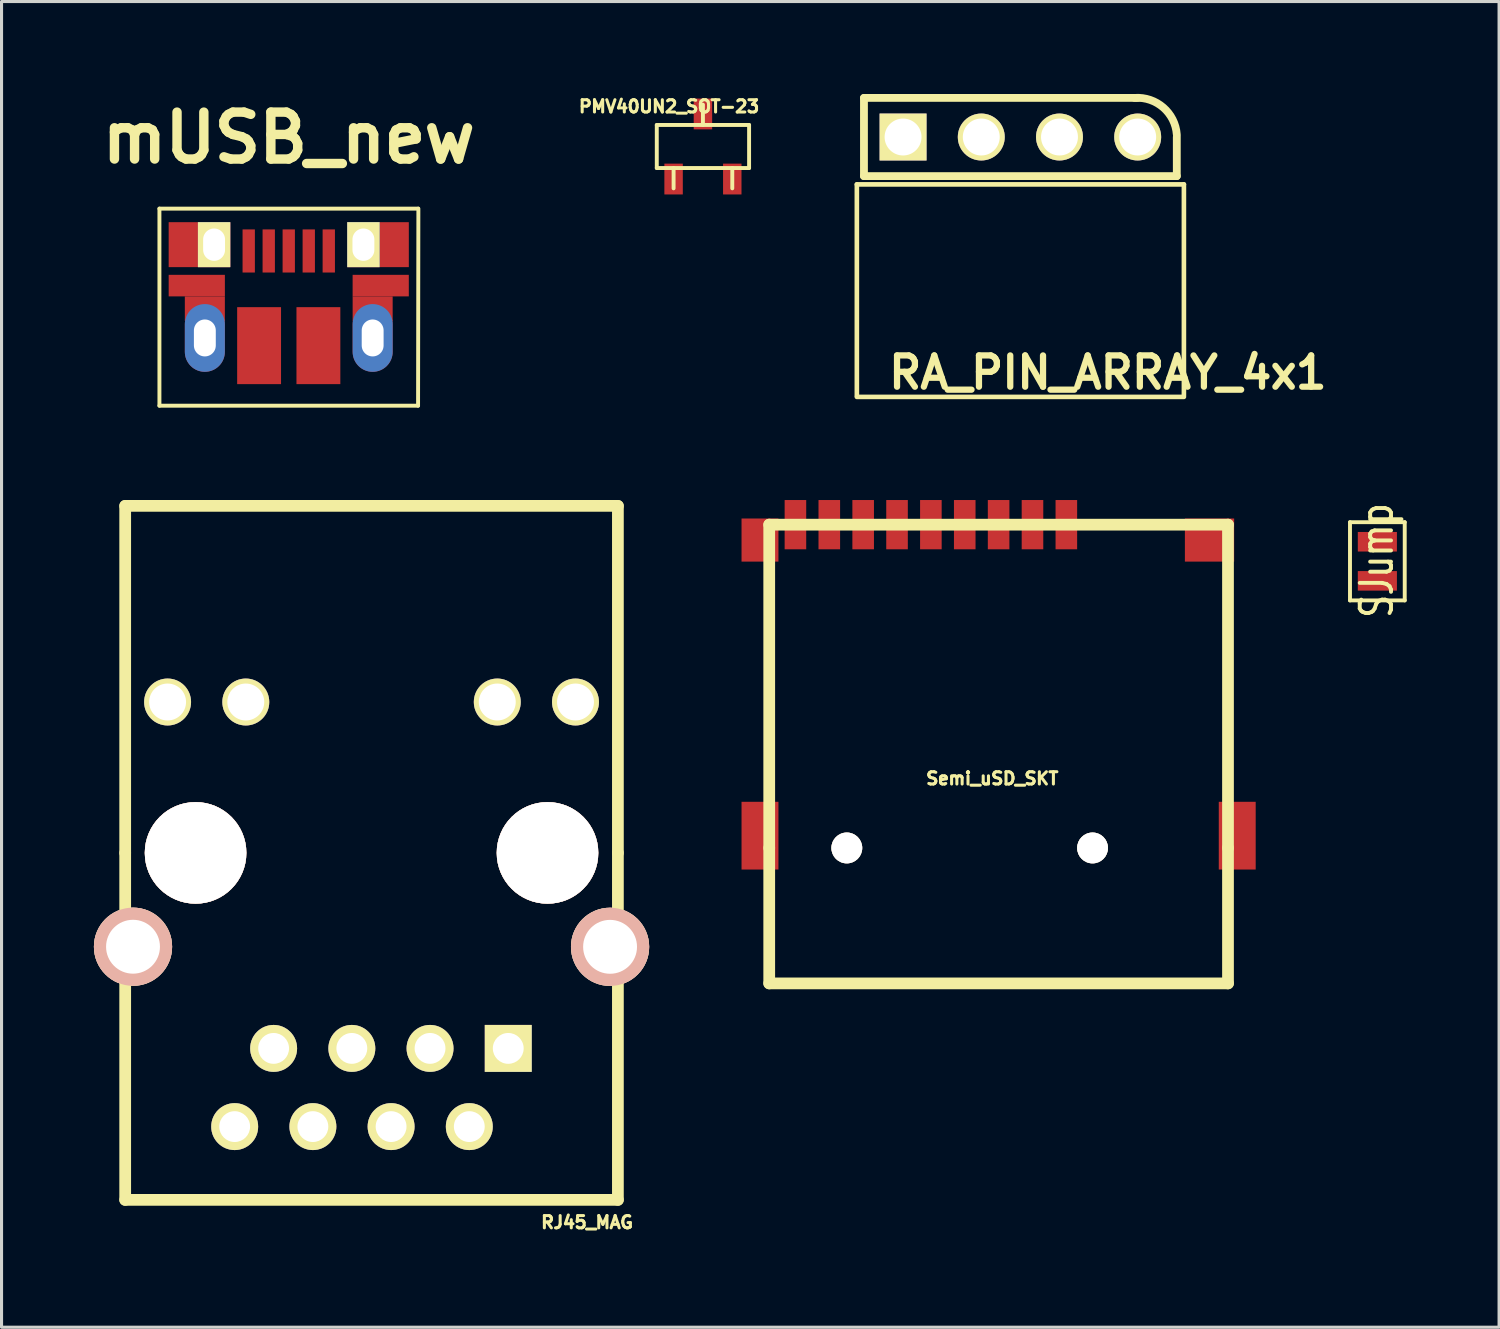
<source format=kicad_pcb>
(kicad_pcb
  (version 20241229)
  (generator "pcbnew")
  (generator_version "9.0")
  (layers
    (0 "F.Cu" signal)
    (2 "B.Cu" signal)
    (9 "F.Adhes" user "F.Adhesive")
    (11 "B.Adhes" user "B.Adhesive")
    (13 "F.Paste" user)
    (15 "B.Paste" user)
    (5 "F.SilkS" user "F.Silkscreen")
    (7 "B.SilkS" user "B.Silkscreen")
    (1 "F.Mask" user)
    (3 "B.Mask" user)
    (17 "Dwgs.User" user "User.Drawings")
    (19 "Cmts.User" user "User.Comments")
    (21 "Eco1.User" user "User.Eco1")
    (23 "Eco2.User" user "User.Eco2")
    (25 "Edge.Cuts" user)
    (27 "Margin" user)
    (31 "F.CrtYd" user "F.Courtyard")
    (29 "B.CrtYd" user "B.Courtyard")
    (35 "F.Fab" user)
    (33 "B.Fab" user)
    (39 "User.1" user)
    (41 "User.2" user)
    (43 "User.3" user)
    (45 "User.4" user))
  (footprint "PMV40UN2_SOT-23"
    (layer "F.Cu")
    (at 19.78 1.708)
    (property "Reference" "PMV40UN2_SOT-23" (at -1.1 -1.3 0) (layer "F.SilkS") (effects (font (size 0.399 0.399) (thickness 0.099))))
    (attr smd)
    (fp_line (start -1.499 -0.699) (end 1.499 -0.699) (stroke (width 0.127) (type solid)) (layer "F.SilkS"))
    (fp_line (start -1.499 0.699) (end -1.499 -0.699) (stroke (width 0.127) (type solid)) (layer "F.SilkS"))
    (fp_line (start -0.953 0.699) (end -0.953 1.359) (stroke (width 0.127) (type solid)) (layer "F.SilkS"))
    (fp_line (start 0 -0.699) (end 0 -1.359) (stroke (width 0.127) (type solid)) (layer "F.SilkS"))
    (fp_line (start 0.953 0.699) (end 0.953 1.359) (stroke (width 0.127) (type solid)) (layer "F.SilkS"))
    (fp_line (start 1.499 -0.699) (end 1.499 0.699) (stroke (width 0.127) (type solid)) (layer "F.SilkS"))
    (fp_line (start 1.499 0.699) (end -1.499 0.699) (stroke (width 0.127) (type solid)) (layer "F.SilkS"))
    (pad "D" smd rect (at 0 -1.057) (size 0.599 1.001) (layers "F.Cu" "F.Mask" "F.Paste"))
    (pad "G" smd rect (at -0.953 1.057) (size 0.599 1.001) (layers "F.Cu" "F.Mask" "F.Paste"))
    (pad "S" smd rect (at 0.953 1.057) (size 0.599 1.001) (layers "F.Cu" "F.Mask" "F.Paste")))
  (footprint "SJump"
    (layer "F.Cu")
    (at 41.684 15.18)
    (property "Reference" "SJump" (at -0.02 -0.025 90) (layer "F.SilkS") (effects (font (size 1.016 0.762) (thickness 0.127))))
    (attr exclude_from_pos_files exclude_from_bom)
    (fp_line (start -0.889 -1.27) (end -0.889 1.27) (stroke (width 0.127) (type solid)) (layer "F.SilkS"))
    (fp_line (start -0.889 -1.27) (end 0.889 -1.27) (stroke (width 0.127) (type solid)) (layer "F.SilkS"))
    (fp_line (start 0.889 1.27) (end -0.889 1.27) (stroke (width 0.127) (type solid)) (layer "F.SilkS"))
    (fp_line (start 0.889 1.27) (end 0.889 -1.27) (stroke (width 0.127) (type solid)) (layer "F.SilkS"))
    (pad "1" smd rect (at 0 -0.635) (size 1.27 0.635) (layers "F.Cu" "F.Mask"))
    (pad "2" smd rect (at 0 0.635) (size 1.27 0.635) (layers "F.Cu" "F.Mask")))
  (footprint "RJ45_MAG"
    (layer "F.Cu")
    (at 9.017 24.65)
    (property "Reference" "RJ45_MAG" (at 7 11.999 0) (layer "F.SilkS") (effects (font (size 0.399 0.399) (thickness 0.099))))
    (attr through_hole)
    (fp_line (start -8.001 -11.27) (end 8.001 -11.27) (stroke (width 0.381) (type solid)) (layer "F.SilkS"))
    (fp_line (start -8.001 0) (end -8.001 -11.27) (stroke (width 0.381) (type solid)) (layer "F.SilkS"))
    (fp_line (start -8.001 0) (end -8.001 11.27) (stroke (width 0.381) (type solid)) (layer "F.SilkS"))
    (fp_line (start -8.001 11.27) (end 8.001 11.27) (stroke (width 0.381) (type solid)) (layer "F.SilkS"))
    (fp_line (start 8.001 -11.27) (end 8.001 0) (stroke (width 0.381) (type solid)) (layer "F.SilkS"))
    (fp_line (start 8.001 11.27) (end 8.001 0) (stroke (width 0.381) (type solid)) (layer "F.SilkS"))
    (pad "1" thru_hole rect (at 4.44 6.35) (size 1.524 1.524) (drill 1.001) (layers "*.Cu" "*.Mask" "F.SilkS"))
    (pad "2" thru_hole circle (at 3.175 8.89) (size 1.524 1.524) (drill 1.001) (layers "*.Cu" "*.Mask" "F.SilkS"))
    (pad "3" thru_hole circle (at 1.9 6.35) (size 1.524 1.524) (drill 1.001) (layers "*.Cu" "*.Mask" "F.SilkS"))
    (pad "4" thru_hole circle (at 0.635 8.89) (size 1.524 1.524) (drill 1.001) (layers "*.Cu" "*.Mask" "F.SilkS"))
    (pad "5" thru_hole circle (at -0.64 6.35) (size 1.524 1.524) (drill 1.001) (layers "*.Cu" "*.Mask" "F.SilkS"))
    (pad "6" thru_hole circle (at -1.905 8.89) (size 1.524 1.524) (drill 1.001) (layers "*.Cu" "*.Mask" "F.SilkS"))
    (pad "7" thru_hole circle (at -3.18 6.35) (size 1.524 1.524) (drill 1.001) (layers "*.Cu" "*.Mask" "F.SilkS"))
    (pad "8" thru_hole circle (at -4.445 8.89) (size 1.524 1.524) (drill 1.001) (layers "*.Cu" "*.Mask" "F.SilkS"))
    (pad "9" thru_hole circle (at 6.624 -4.9) (size 1.524 1.524) (drill 1.199) (layers "*.Cu" "*.Mask" "F.SilkS"))
    (pad "10" thru_hole circle (at 4.084 -4.9) (size 1.524 1.524) (drill 1.199) (layers "*.Cu" "*.Mask" "F.SilkS"))
    (pad "11" thru_hole circle (at -4.084 -4.9) (size 1.524 1.524) (drill 1.199) (layers "*.Cu" "*.Mask" "F.SilkS"))
    (pad "12" thru_hole circle (at -6.624 -4.9) (size 1.524 1.524) (drill 1.199) (layers "*.Cu" "*.Mask" "F.SilkS"))
    (pad "13" thru_hole circle (at 7.747 3.051) (size 2.54 2.54) (drill 1.75) (layers "*.Cu" "*.SilkS" "*.Mask"))
    (pad "14" thru_hole circle (at -7.747 3.048) (size 2.54 2.54) (drill 1.75) (layers "*.Cu" "*.SilkS" "*.Mask"))
    (pad "Hole" thru_hole circle (at -5.715 0) (size 3.299 3.299) (drill 3.299) (layers "*.Cu" "*.SilkS" "*.Mask"))
    (pad "Hole" thru_hole circle (at 5.715 0) (size 3.299 3.299) (drill 3.299) (layers "*.Cu" "*.SilkS" "*.Mask")))
  (footprint "Semi_uSD_SKT"
    (layer "F.Cu")
    (at 29.383 24.49)
    (property "Reference" "Semi_uSD_SKT" (at -0.206 -2.256 0) (layer "F.SilkS") (effects (font (size 0.399 0.399) (thickness 0.099))))
    (attr smd)
    (fp_line (start -7.45 -10.5) (end -7.45 0) (stroke (width 0.381) (type solid)) (layer "F.SilkS"))
    (fp_line (start -7.45 -10.5) (end 7.45 -10.5) (stroke (width 0.381) (type solid)) (layer "F.SilkS"))
    (fp_line (start -7.45 0) (end -7.45 4.399) (stroke (width 0.381) (type solid)) (layer "F.SilkS"))
    (fp_line (start -7.45 4.399) (end 7.45 4.399) (stroke (width 0.381) (type solid)) (layer "F.SilkS"))
    (fp_line (start 7.45 -10.5) (end 7.45 0) (stroke (width 0.381) (type solid)) (layer "F.SilkS"))
    (fp_line (start 7.45 0) (end 7.45 4.399) (stroke (width 0.381) (type solid)) (layer "F.SilkS"))
    (pad "1" smd rect (at 2.2 -10.5) (size 0.701 1.6) (layers "F.Cu" "F.Mask" "F.Paste"))
    (pad "2" smd rect (at 1.1 -10.5) (size 0.701 1.6) (layers "F.Cu" "F.Mask" "F.Paste"))
    (pad "3" smd rect (at 0 -10.5) (size 0.701 1.6) (layers "F.Cu" "F.Mask" "F.Paste"))
    (pad "4" smd rect (at -1.1 -10.5) (size 0.701 1.6) (layers "F.Cu" "F.Mask" "F.Paste"))
    (pad "5" smd rect (at -2.2 -10.5) (size 0.701 1.6) (layers "F.Cu" "F.Mask" "F.Paste"))
    (pad "6" smd rect (at -3.299 -10.5) (size 0.701 1.6) (layers "F.Cu" "F.Mask" "F.Paste"))
    (pad "7" smd rect (at -4.399 -10.5) (size 0.701 1.6) (layers "F.Cu" "F.Mask" "F.Paste"))
    (pad "8" smd rect (at -5.499 -10.5) (size 0.701 1.6) (layers "F.Cu" "F.Mask" "F.Paste"))
    (pad "9" smd rect (at -6.599 -10.5) (size 0.701 1.6) (layers "F.Cu" "F.Mask" "F.Paste"))
    (pad "G" smd rect (at -7.75 -10) (size 1.199 1.4) (layers "F.Cu" "F.Mask" "F.Paste"))
    (pad "G" smd rect (at -7.75 -0.399) (size 1.199 2.2) (layers "F.Cu" "F.Mask" "F.Paste"))
    (pad "G" smd rect (at 6.85 -10) (size 1.6 1.4) (layers "F.Cu" "F.Mask" "F.Paste"))
    (pad "G" smd rect (at 7.75 -0.399) (size 1.199 2.2) (layers "F.Cu" "F.Mask" "F.Paste"))
    (pad "H" thru_hole circle (at -4.93 0) (size 1.001 1.001) (drill 1.001) (layers "*.Cu" "*.Mask" "F.SilkS"))
    (pad "H" thru_hole circle (at 3.051 0) (size 1.001 1.001) (drill 1.001) (layers "*.Cu" "*.Mask" "F.SilkS")))
  (footprint "RA_PIN_ARRAY_4x1"
    (layer "F.Cu")
    (at 30.09 1.4)
    (property "Reference" "RA_PIN_ARRAY_4x1" (at 2.84 7.65 0) (layer "F.SilkS") (effects (font (size 1.016 1.016) (thickness 0.203))))
    (attr through_hole)
    (fp_line (start -5.311 1.539) (end 5.311 1.539) (stroke (width 0.15) (type solid)) (layer "F.SilkS"))
    (fp_line (start -5.311 8.4) (end -5.311 1.539) (stroke (width 0.15) (type solid)) (layer "F.SilkS"))
    (fp_line (start -5.08 -1.27) (end -5.08 1.27) (stroke (width 0.254) (type solid)) (layer "F.SilkS"))
    (fp_line (start 3.81 -1.27) (end -5.08 -1.27) (stroke (width 0.254) (type solid)) (layer "F.SilkS"))
    (fp_line (start 5.08 1.27) (end -5.08 1.27) (stroke (width 0.254) (type solid)) (layer "F.SilkS"))
    (fp_line (start 5.08 1.27) (end 5.08 0) (stroke (width 0.254) (type solid)) (layer "F.SilkS"))
    (fp_line (start 5.311 1.539) (end 5.311 8.4) (stroke (width 0.15) (type solid)) (layer "F.SilkS"))
    (fp_line (start 5.311 8.44) (end -5.311 8.44) (stroke (width 0.15) (type solid)) (layer "F.SilkS"))
    (fp_arc (start 3.71 -1.27) (mid 4.641457 -0.958736) (end 5.08 -0.08) (stroke (width 0.254) (type solid)) (layer "F.SilkS"))
    (pad "1" thru_hole rect (at -3.81 0) (size 1.524 1.524) (drill 1.199) (layers "*.Cu" "*.Mask" "F.SilkS"))
    (pad "2" thru_hole circle (at -1.27 0) (size 1.524 1.524) (drill 1.199) (layers "*.Cu" "*.Mask" "F.SilkS"))
    (pad "3" thru_hole circle (at 1.27 0) (size 1.524 1.524) (drill 1.199) (layers "*.Cu" "*.Mask" "F.SilkS"))
    (pad "4" thru_hole circle (at 3.81 0) (size 1.524 1.524) (drill 1.199) (layers "*.Cu" "*.Mask" "F.SilkS")))
  (footprint "mUSB_new"
    (layer "F.Cu")
    (at 6.328 7.926)
    (property "Reference" "mUSB_new" (at 0 -6.5 0) (layer "F.SilkS") (effects (font (size 1.524 1.524) (thickness 0.305))))
    (attr smd)
    (fp_line (start -4.2 -4.2) (end -4.2 2.2) (stroke (width 0.127) (type solid)) (layer "F.SilkS"))
    (fp_line (start -4.2 -4.2) (end 4.2 -4.2) (stroke (width 0.127) (type solid)) (layer "F.SilkS"))
    (fp_line (start 4.2 2.2) (end -4.2 2.2) (stroke (width 0.127) (type solid)) (layer "F.SilkS"))
    (fp_line (start 4.21 -4.2) (end 4.2 2.2) (stroke (width 0.127) (type solid)) (layer "F.SilkS"))
    (pad "1" smd rect (at -1.3 -2.825) (size 0.4 1.4) (layers "F.Cu" "F.Mask" "F.Paste"))
    (pad "2" smd rect (at -0.65 -2.825) (size 0.4 1.4) (layers "F.Cu" "F.Mask" "F.Paste"))
    (pad "3" smd rect (at 0 -2.825) (size 0.4 1.4) (layers "F.Cu" "F.Mask" "F.Paste"))
    (pad "4" smd rect (at 0.65 -2.825) (size 0.4 1.4) (layers "F.Cu" "F.Mask" "F.Paste"))
    (pad "5" smd rect (at 1.3 -2.825) (size 0.4 1.4) (layers "F.Cu" "F.Mask" "F.Paste"))
    (pad "CE" smd rect (at -2.987 -1.7) (size 1.825 0.7) (layers "F.Cu" "F.Mask" "F.Paste"))
    (pad "CE" smd rect (at -2.9 -3.03) (size 2 1.46) (layers "F.Cu" "F.Mask" "F.Paste"))
    (pad "CE" smd rect (at -2.725 -0.95) (size 1.3 0.8) (layers "F.Cu" "F.Mask" "F.Paste"))
    (pad "CE" thru_hole oval (at -2.725 0) (size 1.3 2.2) (drill oval 0.711 1.2) (layers "*.Cu" "*.Mask" "F.Paste"))
    (pad "CE" thru_hole rect (at -2.425 -3.03) (size 1.05 1.46) (drill oval 0.711 1.05) (layers "*.Cu" "*.Mask" "F.SilkS"))
    (pad "CE" smd rect (at -0.963 0.25) (size 1.425 2.5) (layers "F.Cu" "F.Mask" "F.Paste"))
    (pad "CE" smd rect (at 0.963 0.25) (size 1.425 2.5) (layers "F.Cu" "F.Mask" "F.Paste"))
    (pad "CE" thru_hole rect (at 2.425 -3.03) (size 1.05 1.46) (drill oval 0.711 1.05) (layers "*.Cu" "*.Mask" "F.SilkS"))
    (pad "CE" smd rect (at 2.725 -0.95) (size 1.3 0.8) (layers "F.Cu" "F.Mask" "F.Paste"))
    (pad "CE" thru_hole oval (at 2.725 0) (size 1.3 2.2) (drill oval 0.711 1.2) (layers "*.Cu" "*.Mask" "F.Paste"))
    (pad "CE" smd rect (at 2.9 -3.03) (size 2 1.46) (layers "F.Cu" "F.Mask" "F.Paste"))
    (pad "CE" smd rect (at 2.987 -1.7) (size 1.825 0.7) (layers "F.Cu" "F.Mask" "F.Paste")))
  (gr_rect
    (start -3 -3)
    (end 45.637 40.056)
    (stroke (width 0.1) (type default))
    (fill no)
    (layer "Edge.Cuts")))
</source>
